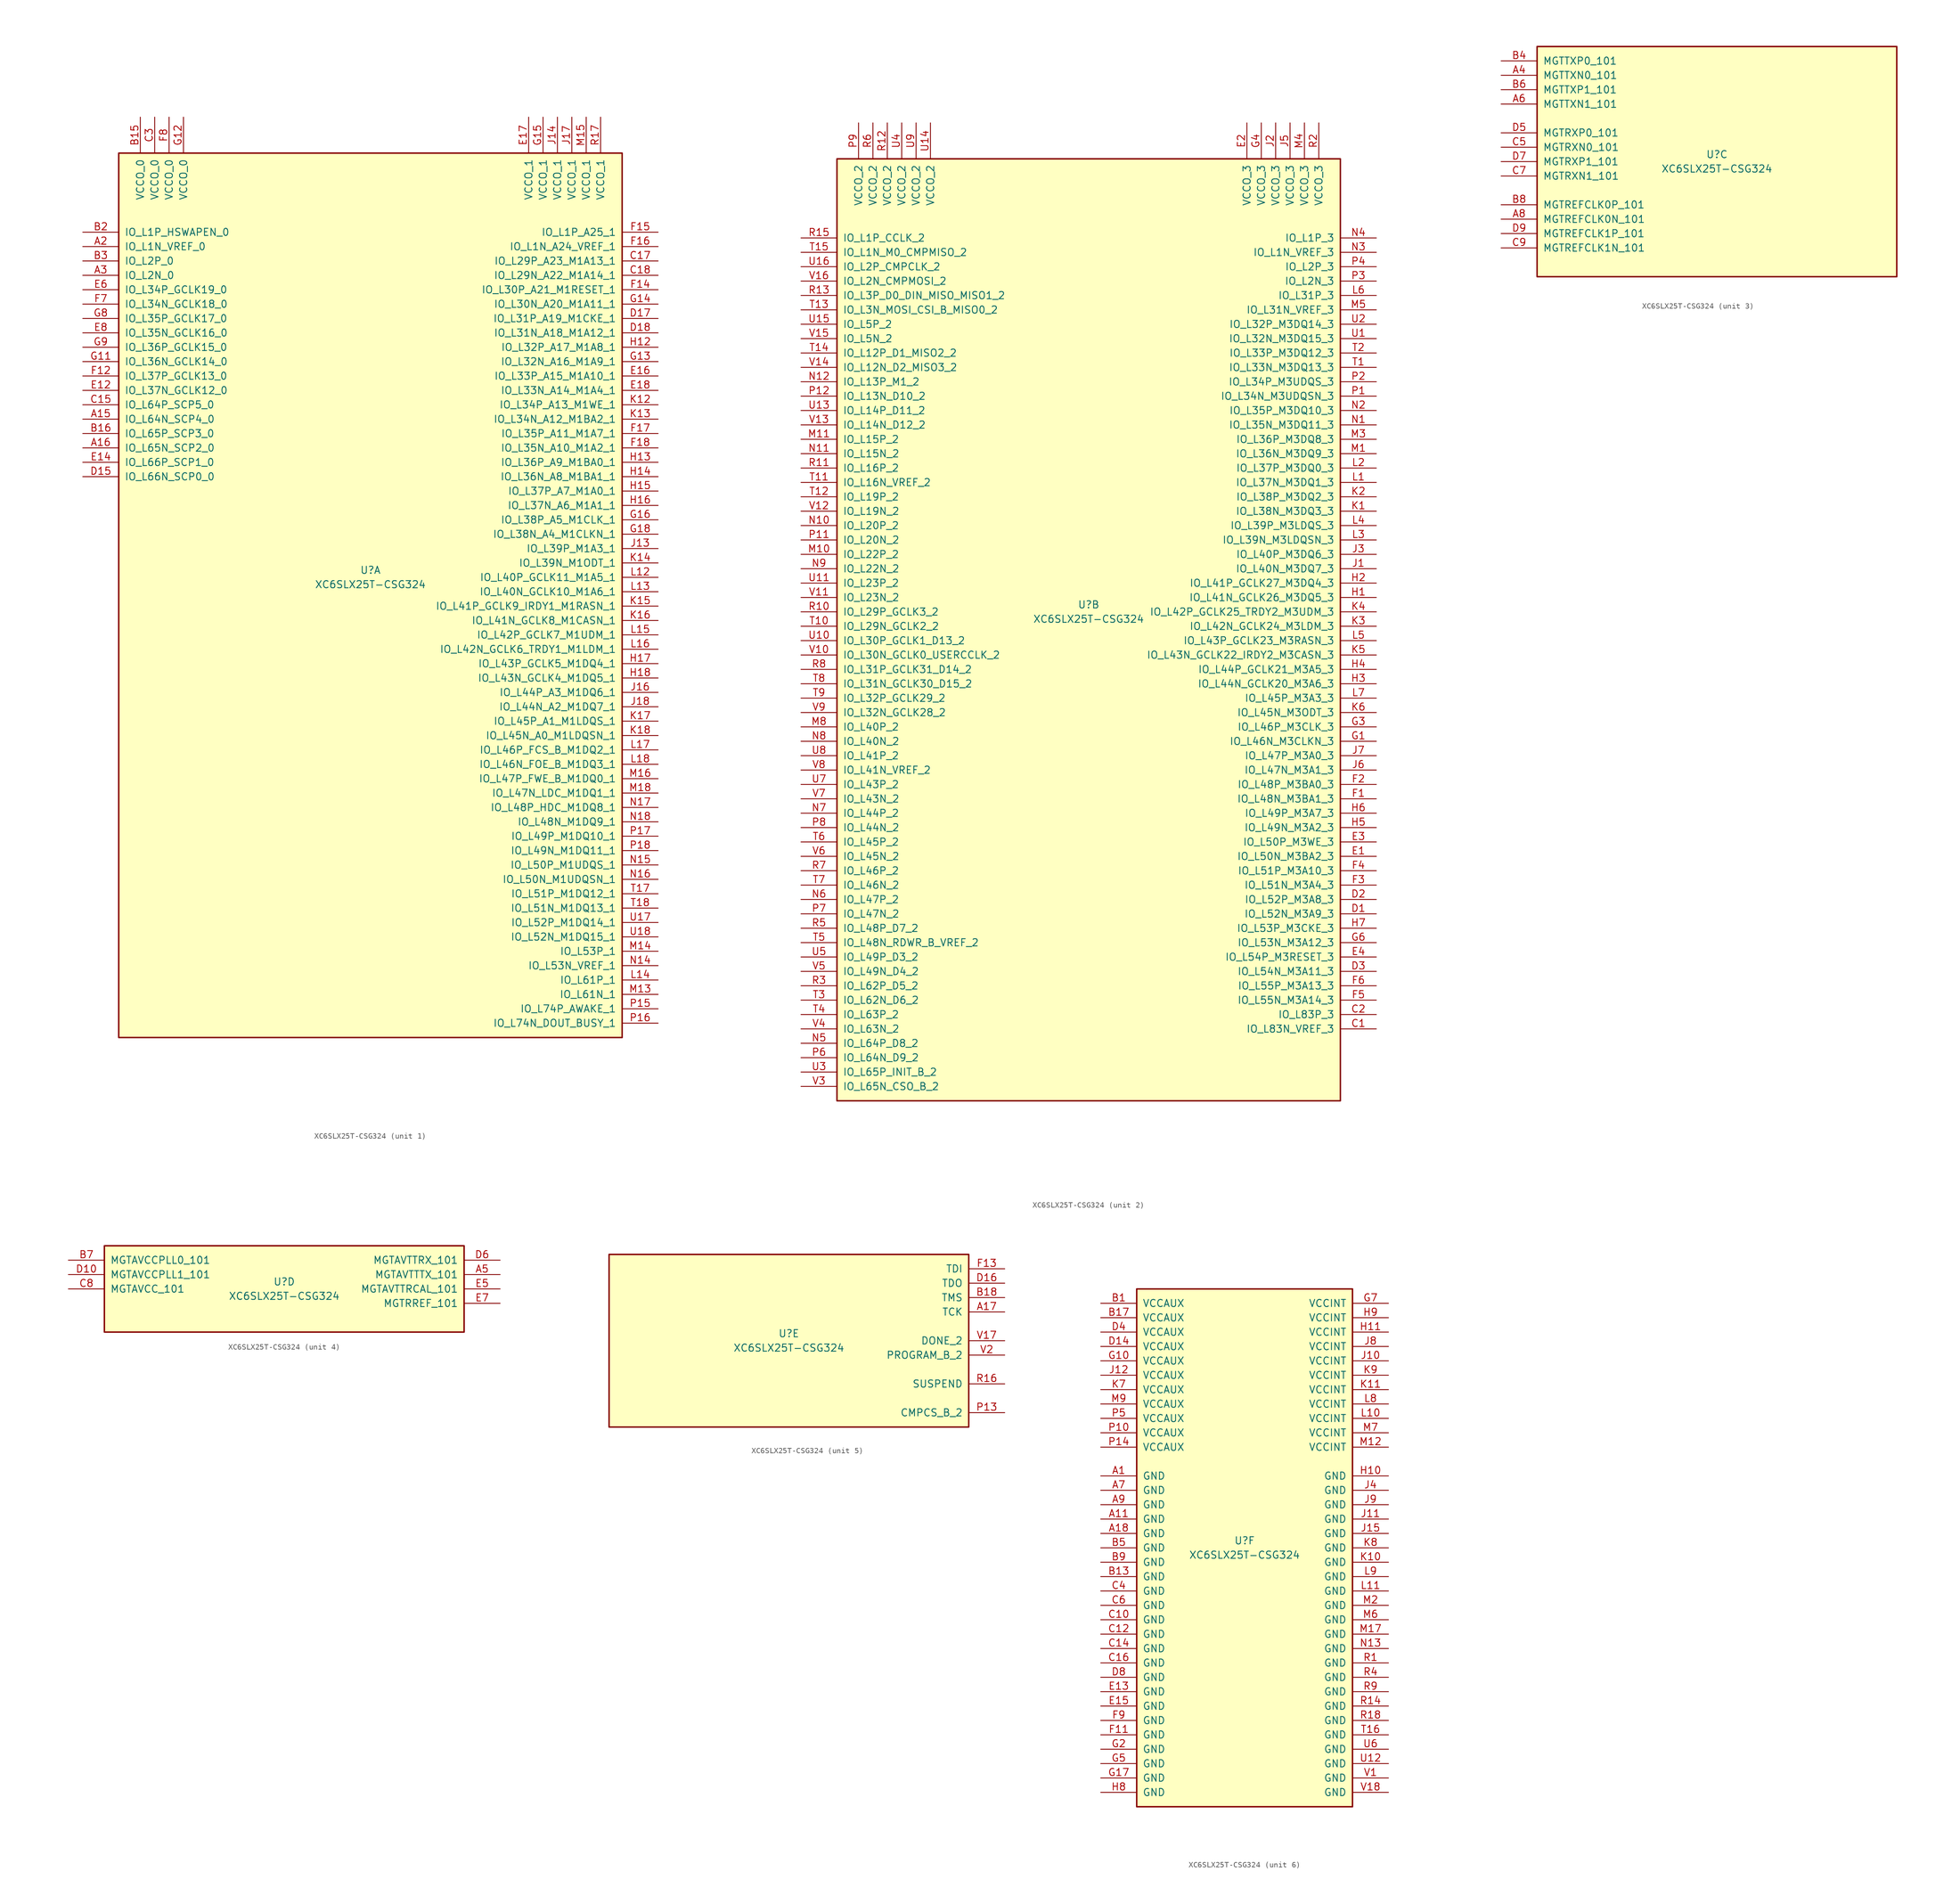
<source format=kicad_sym>
(kicad_symbol_lib
  (version 20201005)
  (generator kicad_symbol_editor)
  (symbol "FPGA_Xilinx_Spartan6:XC6SLX25T-CSG324"
    (pin_names
      (offset 1.016))
    (property "Reference" "U"
      (at 0 1.27 0)
      (effects (font (size 1.27 1.27))))
    (property "Value" "XC6SLX25T-CSG324"
      (at 0 -1.27 0)
      (effects (font (size 1.27 1.27))))
    (property "Datasheet" ""
      (at 0 0 0)
      (effects (font (size 1.27 1.27))))
    (property "ki_locked" ""
      (at 0 0 0)
      (effects (font (size 1.27 1.27))))
    (symbol "XC6SLX25T-CSG324_1_1"
      (rectangle (start -44.45 74.93) (end 44.45 -81.28) (stroke (width 0.254)) (fill (type background)))
      (pin power_in line (at -40.64 81.28 270) (length 6.35) (name "VCCO_0" (effects (font (size 1.27 1.27)))) (number "B15" (effects (font (size 1.27 1.27)))))
      (pin power_in line (at -38.1 81.28 270) (length 6.35) (name "VCCO_0" (effects (font (size 1.27 1.27)))) (number "C3" (effects (font (size 1.27 1.27)))))
      (pin power_in line (at -35.56 81.28 270) (length 6.35) (name "VCCO_0" (effects (font (size 1.27 1.27)))) (number "F8" (effects (font (size 1.27 1.27)))))
      (pin power_in line (at -33.02 81.28 270) (length 6.35) (name "VCCO_0" (effects (font (size 1.27 1.27)))) (number "G12" (effects (font (size 1.27 1.27)))))
      (pin bidirectional line (at -50.8 60.96 0) (length 6.35) (name "IO_L1P_HSWAPEN_0" (effects (font (size 1.27 1.27)))) (number "B2" (effects (font (size 1.27 1.27)))))
      (pin bidirectional line (at -50.8 58.42 0) (length 6.35) (name "IO_L1N_VREF_0" (effects (font (size 1.27 1.27)))) (number "A2" (effects (font (size 1.27 1.27)))))
      (pin bidirectional line (at -50.8 55.88 0) (length 6.35) (name "IO_L2P_0" (effects (font (size 1.27 1.27)))) (number "B3" (effects (font (size 1.27 1.27)))))
      (pin bidirectional line (at -50.8 53.34 0) (length 6.35) (name "IO_L2N_0" (effects (font (size 1.27 1.27)))) (number "A3" (effects (font (size 1.27 1.27)))))
      (pin bidirectional line (at -50.8 50.8 0) (length 6.35) (name "IO_L34P_GCLK19_0" (effects (font (size 1.27 1.27)))) (number "E6" (effects (font (size 1.27 1.27)))))
      (pin bidirectional line (at -50.8 48.26 0) (length 6.35) (name "IO_L34N_GCLK18_0" (effects (font (size 1.27 1.27)))) (number "F7" (effects (font (size 1.27 1.27)))))
      (pin bidirectional line (at -50.8 45.72 0) (length 6.35) (name "IO_L35P_GCLK17_0" (effects (font (size 1.27 1.27)))) (number "G8" (effects (font (size 1.27 1.27)))))
      (pin bidirectional line (at -50.8 43.18 0) (length 6.35) (name "IO_L35N_GCLK16_0" (effects (font (size 1.27 1.27)))) (number "E8" (effects (font (size 1.27 1.27)))))
      (pin bidirectional line (at -50.8 40.64 0) (length 6.35) (name "IO_L36P_GCLK15_0" (effects (font (size 1.27 1.27)))) (number "G9" (effects (font (size 1.27 1.27)))))
      (pin bidirectional line (at -50.8 38.1 0) (length 6.35) (name "IO_L36N_GCLK14_0" (effects (font (size 1.27 1.27)))) (number "G11" (effects (font (size 1.27 1.27)))))
      (pin bidirectional line (at -50.8 35.56 0) (length 6.35) (name "IO_L37P_GCLK13_0" (effects (font (size 1.27 1.27)))) (number "F12" (effects (font (size 1.27 1.27)))))
      (pin bidirectional line (at -50.8 33.02 0) (length 6.35) (name "IO_L37N_GCLK12_0" (effects (font (size 1.27 1.27)))) (number "E12" (effects (font (size 1.27 1.27)))))
      (pin bidirectional line (at -50.8 30.48 0) (length 6.35) (name "IO_L64P_SCP5_0" (effects (font (size 1.27 1.27)))) (number "C15" (effects (font (size 1.27 1.27)))))
      (pin bidirectional line (at -50.8 27.94 0) (length 6.35) (name "IO_L64N_SCP4_0" (effects (font (size 1.27 1.27)))) (number "A15" (effects (font (size 1.27 1.27)))))
      (pin bidirectional line (at -50.8 25.4 0) (length 6.35) (name "IO_L65P_SCP3_0" (effects (font (size 1.27 1.27)))) (number "B16" (effects (font (size 1.27 1.27)))))
      (pin bidirectional line (at -50.8 22.86 0) (length 6.35) (name "IO_L65N_SCP2_0" (effects (font (size 1.27 1.27)))) (number "A16" (effects (font (size 1.27 1.27)))))
      (pin bidirectional line (at -50.8 20.32 0) (length 6.35) (name "IO_L66P_SCP1_0" (effects (font (size 1.27 1.27)))) (number "E14" (effects (font (size 1.27 1.27)))))
      (pin bidirectional line (at -50.8 17.78 0) (length 6.35) (name "IO_L66N_SCP0_0" (effects (font (size 1.27 1.27)))) (number "D15" (effects (font (size 1.27 1.27)))))
      (pin power_in line (at 27.94 81.28 270) (length 6.35) (name "VCCO_1" (effects (font (size 1.27 1.27)))) (number "E17" (effects (font (size 1.27 1.27)))))
      (pin power_in line (at 30.48 81.28 270) (length 6.35) (name "VCCO_1" (effects (font (size 1.27 1.27)))) (number "G15" (effects (font (size 1.27 1.27)))))
      (pin power_in line (at 33.02 81.28 270) (length 6.35) (name "VCCO_1" (effects (font (size 1.27 1.27)))) (number "J14" (effects (font (size 1.27 1.27)))))
      (pin power_in line (at 35.56 81.28 270) (length 6.35) (name "VCCO_1" (effects (font (size 1.27 1.27)))) (number "J17" (effects (font (size 1.27 1.27)))))
      (pin power_in line (at 38.1 81.28 270) (length 6.35) (name "VCCO_1" (effects (font (size 1.27 1.27)))) (number "M15" (effects (font (size 1.27 1.27)))))
      (pin power_in line (at 40.64 81.28 270) (length 6.35) (name "VCCO_1" (effects (font (size 1.27 1.27)))) (number "R17" (effects (font (size 1.27 1.27)))))
      (pin bidirectional line (at 50.8 60.96 180) (length 6.35) (name "IO_L1P_A25_1" (effects (font (size 1.27 1.27)))) (number "F15" (effects (font (size 1.27 1.27)))))
      (pin bidirectional line (at 50.8 58.42 180) (length 6.35) (name "IO_L1N_A24_VREF_1" (effects (font (size 1.27 1.27)))) (number "F16" (effects (font (size 1.27 1.27)))))
      (pin bidirectional line (at 50.8 55.88 180) (length 6.35) (name "IO_L29P_A23_M1A13_1" (effects (font (size 1.27 1.27)))) (number "C17" (effects (font (size 1.27 1.27)))))
      (pin bidirectional line (at 50.8 53.34 180) (length 6.35) (name "IO_L29N_A22_M1A14_1" (effects (font (size 1.27 1.27)))) (number "C18" (effects (font (size 1.27 1.27)))))
      (pin bidirectional line (at 50.8 50.8 180) (length 6.35) (name "IO_L30P_A21_M1RESET_1" (effects (font (size 1.27 1.27)))) (number "F14" (effects (font (size 1.27 1.27)))))
      (pin bidirectional line (at 50.8 48.26 180) (length 6.35) (name "IO_L30N_A20_M1A11_1" (effects (font (size 1.27 1.27)))) (number "G14" (effects (font (size 1.27 1.27)))))
      (pin bidirectional line (at 50.8 45.72 180) (length 6.35) (name "IO_L31P_A19_M1CKE_1" (effects (font (size 1.27 1.27)))) (number "D17" (effects (font (size 1.27 1.27)))))
      (pin bidirectional line (at 50.8 43.18 180) (length 6.35) (name "IO_L31N_A18_M1A12_1" (effects (font (size 1.27 1.27)))) (number "D18" (effects (font (size 1.27 1.27)))))
      (pin bidirectional line (at 50.8 40.64 180) (length 6.35) (name "IO_L32P_A17_M1A8_1" (effects (font (size 1.27 1.27)))) (number "H12" (effects (font (size 1.27 1.27)))))
      (pin bidirectional line (at 50.8 38.1 180) (length 6.35) (name "IO_L32N_A16_M1A9_1" (effects (font (size 1.27 1.27)))) (number "G13" (effects (font (size 1.27 1.27)))))
      (pin bidirectional line (at 50.8 35.56 180) (length 6.35) (name "IO_L33P_A15_M1A10_1" (effects (font (size 1.27 1.27)))) (number "E16" (effects (font (size 1.27 1.27)))))
      (pin bidirectional line (at 50.8 33.02 180) (length 6.35) (name "IO_L33N_A14_M1A4_1" (effects (font (size 1.27 1.27)))) (number "E18" (effects (font (size 1.27 1.27)))))
      (pin bidirectional line (at 50.8 30.48 180) (length 6.35) (name "IO_L34P_A13_M1WE_1" (effects (font (size 1.27 1.27)))) (number "K12" (effects (font (size 1.27 1.27)))))
      (pin bidirectional line (at 50.8 27.94 180) (length 6.35) (name "IO_L34N_A12_M1BA2_1" (effects (font (size 1.27 1.27)))) (number "K13" (effects (font (size 1.27 1.27)))))
      (pin bidirectional line (at 50.8 25.4 180) (length 6.35) (name "IO_L35P_A11_M1A7_1" (effects (font (size 1.27 1.27)))) (number "F17" (effects (font (size 1.27 1.27)))))
      (pin bidirectional line (at 50.8 22.86 180) (length 6.35) (name "IO_L35N_A10_M1A2_1" (effects (font (size 1.27 1.27)))) (number "F18" (effects (font (size 1.27 1.27)))))
      (pin bidirectional line (at 50.8 20.32 180) (length 6.35) (name "IO_L36P_A9_M1BA0_1" (effects (font (size 1.27 1.27)))) (number "H13" (effects (font (size 1.27 1.27)))))
      (pin bidirectional line (at 50.8 17.78 180) (length 6.35) (name "IO_L36N_A8_M1BA1_1" (effects (font (size 1.27 1.27)))) (number "H14" (effects (font (size 1.27 1.27)))))
      (pin bidirectional line (at 50.8 15.24 180) (length 6.35) (name "IO_L37P_A7_M1A0_1" (effects (font (size 1.27 1.27)))) (number "H15" (effects (font (size 1.27 1.27)))))
      (pin bidirectional line (at 50.8 12.7 180) (length 6.35) (name "IO_L37N_A6_M1A1_1" (effects (font (size 1.27 1.27)))) (number "H16" (effects (font (size 1.27 1.27)))))
      (pin bidirectional line (at 50.8 10.16 180) (length 6.35) (name "IO_L38P_A5_M1CLK_1" (effects (font (size 1.27 1.27)))) (number "G16" (effects (font (size 1.27 1.27)))))
      (pin bidirectional line (at 50.8 7.62 180) (length 6.35) (name "IO_L38N_A4_M1CLKN_1" (effects (font (size 1.27 1.27)))) (number "G18" (effects (font (size 1.27 1.27)))))
      (pin bidirectional line (at 50.8 5.08 180) (length 6.35) (name "IO_L39P_M1A3_1" (effects (font (size 1.27 1.27)))) (number "J13" (effects (font (size 1.27 1.27)))))
      (pin bidirectional line (at 50.8 2.54 180) (length 6.35) (name "IO_L39N_M1ODT_1" (effects (font (size 1.27 1.27)))) (number "K14" (effects (font (size 1.27 1.27)))))
      (pin bidirectional line (at 50.8 0 180) (length 6.35) (name "IO_L40P_GCLK11_M1A5_1" (effects (font (size 1.27 1.27)))) (number "L12" (effects (font (size 1.27 1.27)))))
      (pin bidirectional line (at 50.8 -2.54 180) (length 6.35) (name "IO_L40N_GCLK10_M1A6_1" (effects (font (size 1.27 1.27)))) (number "L13" (effects (font (size 1.27 1.27)))))
      (pin bidirectional line (at 50.8 -5.08 180) (length 6.35) (name "IO_L41P_GCLK9_IRDY1_M1RASN_1" (effects (font (size 1.27 1.27)))) (number "K15" (effects (font (size 1.27 1.27)))))
      (pin bidirectional line (at 50.8 -7.62 180) (length 6.35) (name "IO_L41N_GCLK8_M1CASN_1" (effects (font (size 1.27 1.27)))) (number "K16" (effects (font (size 1.27 1.27)))))
      (pin bidirectional line (at 50.8 -10.16 180) (length 6.35) (name "IO_L42P_GCLK7_M1UDM_1" (effects (font (size 1.27 1.27)))) (number "L15" (effects (font (size 1.27 1.27)))))
      (pin bidirectional line (at 50.8 -12.7 180) (length 6.35) (name "IO_L42N_GCLK6_TRDY1_M1LDM_1" (effects (font (size 1.27 1.27)))) (number "L16" (effects (font (size 1.27 1.27)))))
      (pin bidirectional line (at 50.8 -15.24 180) (length 6.35) (name "IO_L43P_GCLK5_M1DQ4_1" (effects (font (size 1.27 1.27)))) (number "H17" (effects (font (size 1.27 1.27)))))
      (pin bidirectional line (at 50.8 -17.78 180) (length 6.35) (name "IO_L43N_GCLK4_M1DQ5_1" (effects (font (size 1.27 1.27)))) (number "H18" (effects (font (size 1.27 1.27)))))
      (pin bidirectional line (at 50.8 -20.32 180) (length 6.35) (name "IO_L44P_A3_M1DQ6_1" (effects (font (size 1.27 1.27)))) (number "J16" (effects (font (size 1.27 1.27)))))
      (pin bidirectional line (at 50.8 -22.86 180) (length 6.35) (name "IO_L44N_A2_M1DQ7_1" (effects (font (size 1.27 1.27)))) (number "J18" (effects (font (size 1.27 1.27)))))
      (pin bidirectional line (at 50.8 -25.4 180) (length 6.35) (name "IO_L45P_A1_M1LDQS_1" (effects (font (size 1.27 1.27)))) (number "K17" (effects (font (size 1.27 1.27)))))
      (pin bidirectional line (at 50.8 -27.94 180) (length 6.35) (name "IO_L45N_A0_M1LDQSN_1" (effects (font (size 1.27 1.27)))) (number "K18" (effects (font (size 1.27 1.27)))))
      (pin bidirectional line (at 50.8 -30.48 180) (length 6.35) (name "IO_L46P_FCS_B_M1DQ2_1" (effects (font (size 1.27 1.27)))) (number "L17" (effects (font (size 1.27 1.27)))))
      (pin bidirectional line (at 50.8 -33.02 180) (length 6.35) (name "IO_L46N_FOE_B_M1DQ3_1" (effects (font (size 1.27 1.27)))) (number "L18" (effects (font (size 1.27 1.27)))))
      (pin bidirectional line (at 50.8 -35.56 180) (length 6.35) (name "IO_L47P_FWE_B_M1DQ0_1" (effects (font (size 1.27 1.27)))) (number "M16" (effects (font (size 1.27 1.27)))))
      (pin bidirectional line (at 50.8 -38.1 180) (length 6.35) (name "IO_L47N_LDC_M1DQ1_1" (effects (font (size 1.27 1.27)))) (number "M18" (effects (font (size 1.27 1.27)))))
      (pin bidirectional line (at 50.8 -40.64 180) (length 6.35) (name "IO_L48P_HDC_M1DQ8_1" (effects (font (size 1.27 1.27)))) (number "N17" (effects (font (size 1.27 1.27)))))
      (pin bidirectional line (at 50.8 -43.18 180) (length 6.35) (name "IO_L48N_M1DQ9_1" (effects (font (size 1.27 1.27)))) (number "N18" (effects (font (size 1.27 1.27)))))
      (pin bidirectional line (at 50.8 -45.72 180) (length 6.35) (name "IO_L49P_M1DQ10_1" (effects (font (size 1.27 1.27)))) (number "P17" (effects (font (size 1.27 1.27)))))
      (pin bidirectional line (at 50.8 -48.26 180) (length 6.35) (name "IO_L49N_M1DQ11_1" (effects (font (size 1.27 1.27)))) (number "P18" (effects (font (size 1.27 1.27)))))
      (pin bidirectional line (at 50.8 -50.8 180) (length 6.35) (name "IO_L50P_M1UDQS_1" (effects (font (size 1.27 1.27)))) (number "N15" (effects (font (size 1.27 1.27)))))
      (pin bidirectional line (at 50.8 -53.34 180) (length 6.35) (name "IO_L50N_M1UDQSN_1" (effects (font (size 1.27 1.27)))) (number "N16" (effects (font (size 1.27 1.27)))))
      (pin bidirectional line (at 50.8 -55.88 180) (length 6.35) (name "IO_L51P_M1DQ12_1" (effects (font (size 1.27 1.27)))) (number "T17" (effects (font (size 1.27 1.27)))))
      (pin bidirectional line (at 50.8 -58.42 180) (length 6.35) (name "IO_L51N_M1DQ13_1" (effects (font (size 1.27 1.27)))) (number "T18" (effects (font (size 1.27 1.27)))))
      (pin bidirectional line (at 50.8 -60.96 180) (length 6.35) (name "IO_L52P_M1DQ14_1" (effects (font (size 1.27 1.27)))) (number "U17" (effects (font (size 1.27 1.27)))))
      (pin bidirectional line (at 50.8 -63.5 180) (length 6.35) (name "IO_L52N_M1DQ15_1" (effects (font (size 1.27 1.27)))) (number "U18" (effects (font (size 1.27 1.27)))))
      (pin bidirectional line (at 50.8 -66.04 180) (length 6.35) (name "IO_L53P_1" (effects (font (size 1.27 1.27)))) (number "M14" (effects (font (size 1.27 1.27)))))
      (pin bidirectional line (at 50.8 -68.58 180) (length 6.35) (name "IO_L53N_VREF_1" (effects (font (size 1.27 1.27)))) (number "N14" (effects (font (size 1.27 1.27)))))
      (pin bidirectional line (at 50.8 -71.12 180) (length 6.35) (name "IO_L61P_1" (effects (font (size 1.27 1.27)))) (number "L14" (effects (font (size 1.27 1.27)))))
      (pin bidirectional line (at 50.8 -73.66 180) (length 6.35) (name "IO_L61N_1" (effects (font (size 1.27 1.27)))) (number "M13" (effects (font (size 1.27 1.27)))))
      (pin bidirectional line (at 50.8 -76.2 180) (length 6.35) (name "IO_L74P_AWAKE_1" (effects (font (size 1.27 1.27)))) (number "P15" (effects (font (size 1.27 1.27)))))
      (pin bidirectional line (at 50.8 -78.74 180) (length 6.35) (name "IO_L74N_DOUT_BUSY_1" (effects (font (size 1.27 1.27)))) (number "P16" (effects (font (size 1.27 1.27))))))
    (symbol "XC6SLX25T-CSG324_2_1"
      (rectangle (start -44.45 80.01) (end 44.45 -86.36) (stroke (width 0.254)) (fill (type background)))
      (pin power_in line (at -40.64 86.36 270) (length 6.35) (name "VCCO_2" (effects (font (size 1.27 1.27)))) (number "P9" (effects (font (size 1.27 1.27)))))
      (pin power_in line (at -38.1 86.36 270) (length 6.35) (name "VCCO_2" (effects (font (size 1.27 1.27)))) (number "R6" (effects (font (size 1.27 1.27)))))
      (pin power_in line (at -35.56 86.36 270) (length 6.35) (name "VCCO_2" (effects (font (size 1.27 1.27)))) (number "R12" (effects (font (size 1.27 1.27)))))
      (pin power_in line (at -33.02 86.36 270) (length 6.35) (name "VCCO_2" (effects (font (size 1.27 1.27)))) (number "U4" (effects (font (size 1.27 1.27)))))
      (pin power_in line (at -30.48 86.36 270) (length 6.35) (name "VCCO_2" (effects (font (size 1.27 1.27)))) (number "U9" (effects (font (size 1.27 1.27)))))
      (pin power_in line (at -27.94 86.36 270) (length 6.35) (name "VCCO_2" (effects (font (size 1.27 1.27)))) (number "U14" (effects (font (size 1.27 1.27)))))
      (pin bidirectional line (at -50.8 66.04 0) (length 6.35) (name "IO_L1P_CCLK_2" (effects (font (size 1.27 1.27)))) (number "R15" (effects (font (size 1.27 1.27)))))
      (pin bidirectional line (at -50.8 63.5 0) (length 6.35) (name "IO_L1N_M0_CMPMISO_2" (effects (font (size 1.27 1.27)))) (number "T15" (effects (font (size 1.27 1.27)))))
      (pin bidirectional line (at -50.8 60.96 0) (length 6.35) (name "IO_L2P_CMPCLK_2" (effects (font (size 1.27 1.27)))) (number "U16" (effects (font (size 1.27 1.27)))))
      (pin bidirectional line (at -50.8 58.42 0) (length 6.35) (name "IO_L2N_CMPMOSI_2" (effects (font (size 1.27 1.27)))) (number "V16" (effects (font (size 1.27 1.27)))))
      (pin bidirectional line (at -50.8 55.88 0) (length 6.35) (name "IO_L3P_D0_DIN_MISO_MISO1_2" (effects (font (size 1.27 1.27)))) (number "R13" (effects (font (size 1.27 1.27)))))
      (pin bidirectional line (at -50.8 53.34 0) (length 6.35) (name "IO_L3N_MOSI_CSI_B_MISO0_2" (effects (font (size 1.27 1.27)))) (number "T13" (effects (font (size 1.27 1.27)))))
      (pin bidirectional line (at -50.8 50.8 0) (length 6.35) (name "IO_L5P_2" (effects (font (size 1.27 1.27)))) (number "U15" (effects (font (size 1.27 1.27)))))
      (pin bidirectional line (at -50.8 48.26 0) (length 6.35) (name "IO_L5N_2" (effects (font (size 1.27 1.27)))) (number "V15" (effects (font (size 1.27 1.27)))))
      (pin bidirectional line (at -50.8 45.72 0) (length 6.35) (name "IO_L12P_D1_MISO2_2" (effects (font (size 1.27 1.27)))) (number "T14" (effects (font (size 1.27 1.27)))))
      (pin bidirectional line (at -50.8 43.18 0) (length 6.35) (name "IO_L12N_D2_MISO3_2" (effects (font (size 1.27 1.27)))) (number "V14" (effects (font (size 1.27 1.27)))))
      (pin bidirectional line (at -50.8 40.64 0) (length 6.35) (name "IO_L13P_M1_2" (effects (font (size 1.27 1.27)))) (number "N12" (effects (font (size 1.27 1.27)))))
      (pin bidirectional line (at -50.8 38.1 0) (length 6.35) (name "IO_L13N_D10_2" (effects (font (size 1.27 1.27)))) (number "P12" (effects (font (size 1.27 1.27)))))
      (pin bidirectional line (at -50.8 35.56 0) (length 6.35) (name "IO_L14P_D11_2" (effects (font (size 1.27 1.27)))) (number "U13" (effects (font (size 1.27 1.27)))))
      (pin bidirectional line (at -50.8 33.02 0) (length 6.35) (name "IO_L14N_D12_2" (effects (font (size 1.27 1.27)))) (number "V13" (effects (font (size 1.27 1.27)))))
      (pin bidirectional line (at -50.8 30.48 0) (length 6.35) (name "IO_L15P_2" (effects (font (size 1.27 1.27)))) (number "M11" (effects (font (size 1.27 1.27)))))
      (pin bidirectional line (at -50.8 27.94 0) (length 6.35) (name "IO_L15N_2" (effects (font (size 1.27 1.27)))) (number "N11" (effects (font (size 1.27 1.27)))))
      (pin bidirectional line (at -50.8 25.4 0) (length 6.35) (name "IO_L16P_2" (effects (font (size 1.27 1.27)))) (number "R11" (effects (font (size 1.27 1.27)))))
      (pin bidirectional line (at -50.8 22.86 0) (length 6.35) (name "IO_L16N_VREF_2" (effects (font (size 1.27 1.27)))) (number "T11" (effects (font (size 1.27 1.27)))))
      (pin bidirectional line (at -50.8 20.32 0) (length 6.35) (name "IO_L19P_2" (effects (font (size 1.27 1.27)))) (number "T12" (effects (font (size 1.27 1.27)))))
      (pin bidirectional line (at -50.8 17.78 0) (length 6.35) (name "IO_L19N_2" (effects (font (size 1.27 1.27)))) (number "V12" (effects (font (size 1.27 1.27)))))
      (pin bidirectional line (at -50.8 15.24 0) (length 6.35) (name "IO_L20P_2" (effects (font (size 1.27 1.27)))) (number "N10" (effects (font (size 1.27 1.27)))))
      (pin bidirectional line (at -50.8 12.7 0) (length 6.35) (name "IO_L20N_2" (effects (font (size 1.27 1.27)))) (number "P11" (effects (font (size 1.27 1.27)))))
      (pin bidirectional line (at -50.8 10.16 0) (length 6.35) (name "IO_L22P_2" (effects (font (size 1.27 1.27)))) (number "M10" (effects (font (size 1.27 1.27)))))
      (pin bidirectional line (at -50.8 7.62 0) (length 6.35) (name "IO_L22N_2" (effects (font (size 1.27 1.27)))) (number "N9" (effects (font (size 1.27 1.27)))))
      (pin bidirectional line (at -50.8 5.08 0) (length 6.35) (name "IO_L23P_2" (effects (font (size 1.27 1.27)))) (number "U11" (effects (font (size 1.27 1.27)))))
      (pin bidirectional line (at -50.8 2.54 0) (length 6.35) (name "IO_L23N_2" (effects (font (size 1.27 1.27)))) (number "V11" (effects (font (size 1.27 1.27)))))
      (pin bidirectional line (at -50.8 0 0) (length 6.35) (name "IO_L29P_GCLK3_2" (effects (font (size 1.27 1.27)))) (number "R10" (effects (font (size 1.27 1.27)))))
      (pin bidirectional line (at -50.8 -2.54 0) (length 6.35) (name "IO_L29N_GCLK2_2" (effects (font (size 1.27 1.27)))) (number "T10" (effects (font (size 1.27 1.27)))))
      (pin bidirectional line (at -50.8 -5.08 0) (length 6.35) (name "IO_L30P_GCLK1_D13_2" (effects (font (size 1.27 1.27)))) (number "U10" (effects (font (size 1.27 1.27)))))
      (pin bidirectional line (at -50.8 -7.62 0) (length 6.35) (name "IO_L30N_GCLK0_USERCCLK_2" (effects (font (size 1.27 1.27)))) (number "V10" (effects (font (size 1.27 1.27)))))
      (pin bidirectional line (at -50.8 -10.16 0) (length 6.35) (name "IO_L31P_GCLK31_D14_2" (effects (font (size 1.27 1.27)))) (number "R8" (effects (font (size 1.27 1.27)))))
      (pin bidirectional line (at -50.8 -12.7 0) (length 6.35) (name "IO_L31N_GCLK30_D15_2" (effects (font (size 1.27 1.27)))) (number "T8" (effects (font (size 1.27 1.27)))))
      (pin bidirectional line (at -50.8 -15.24 0) (length 6.35) (name "IO_L32P_GCLK29_2" (effects (font (size 1.27 1.27)))) (number "T9" (effects (font (size 1.27 1.27)))))
      (pin bidirectional line (at -50.8 -17.78 0) (length 6.35) (name "IO_L32N_GCLK28_2" (effects (font (size 1.27 1.27)))) (number "V9" (effects (font (size 1.27 1.27)))))
      (pin bidirectional line (at -50.8 -20.32 0) (length 6.35) (name "IO_L40P_2" (effects (font (size 1.27 1.27)))) (number "M8" (effects (font (size 1.27 1.27)))))
      (pin bidirectional line (at -50.8 -22.86 0) (length 6.35) (name "IO_L40N_2" (effects (font (size 1.27 1.27)))) (number "N8" (effects (font (size 1.27 1.27)))))
      (pin bidirectional line (at -50.8 -25.4 0) (length 6.35) (name "IO_L41P_2" (effects (font (size 1.27 1.27)))) (number "U8" (effects (font (size 1.27 1.27)))))
      (pin bidirectional line (at -50.8 -27.94 0) (length 6.35) (name "IO_L41N_VREF_2" (effects (font (size 1.27 1.27)))) (number "V8" (effects (font (size 1.27 1.27)))))
      (pin bidirectional line (at -50.8 -30.48 0) (length 6.35) (name "IO_L43P_2" (effects (font (size 1.27 1.27)))) (number "U7" (effects (font (size 1.27 1.27)))))
      (pin bidirectional line (at -50.8 -33.02 0) (length 6.35) (name "IO_L43N_2" (effects (font (size 1.27 1.27)))) (number "V7" (effects (font (size 1.27 1.27)))))
      (pin bidirectional line (at -50.8 -35.56 0) (length 6.35) (name "IO_L44P_2" (effects (font (size 1.27 1.27)))) (number "N7" (effects (font (size 1.27 1.27)))))
      (pin bidirectional line (at -50.8 -38.1 0) (length 6.35) (name "IO_L44N_2" (effects (font (size 1.27 1.27)))) (number "P8" (effects (font (size 1.27 1.27)))))
      (pin bidirectional line (at -50.8 -40.64 0) (length 6.35) (name "IO_L45P_2" (effects (font (size 1.27 1.27)))) (number "T6" (effects (font (size 1.27 1.27)))))
      (pin bidirectional line (at -50.8 -43.18 0) (length 6.35) (name "IO_L45N_2" (effects (font (size 1.27 1.27)))) (number "V6" (effects (font (size 1.27 1.27)))))
      (pin bidirectional line (at -50.8 -45.72 0) (length 6.35) (name "IO_L46P_2" (effects (font (size 1.27 1.27)))) (number "R7" (effects (font (size 1.27 1.27)))))
      (pin bidirectional line (at -50.8 -48.26 0) (length 6.35) (name "IO_L46N_2" (effects (font (size 1.27 1.27)))) (number "T7" (effects (font (size 1.27 1.27)))))
      (pin bidirectional line (at -50.8 -50.8 0) (length 6.35) (name "IO_L47P_2" (effects (font (size 1.27 1.27)))) (number "N6" (effects (font (size 1.27 1.27)))))
      (pin bidirectional line (at -50.8 -53.34 0) (length 6.35) (name "IO_L47N_2" (effects (font (size 1.27 1.27)))) (number "P7" (effects (font (size 1.27 1.27)))))
      (pin bidirectional line (at -50.8 -55.88 0) (length 6.35) (name "IO_L48P_D7_2" (effects (font (size 1.27 1.27)))) (number "R5" (effects (font (size 1.27 1.27)))))
      (pin bidirectional line (at -50.8 -58.42 0) (length 6.35) (name "IO_L48N_RDWR_B_VREF_2" (effects (font (size 1.27 1.27)))) (number "T5" (effects (font (size 1.27 1.27)))))
      (pin bidirectional line (at -50.8 -60.96 0) (length 6.35) (name "IO_L49P_D3_2" (effects (font (size 1.27 1.27)))) (number "U5" (effects (font (size 1.27 1.27)))))
      (pin bidirectional line (at -50.8 -63.5 0) (length 6.35) (name "IO_L49N_D4_2" (effects (font (size 1.27 1.27)))) (number "V5" (effects (font (size 1.27 1.27)))))
      (pin bidirectional line (at -50.8 -66.04 0) (length 6.35) (name "IO_L62P_D5_2" (effects (font (size 1.27 1.27)))) (number "R3" (effects (font (size 1.27 1.27)))))
      (pin bidirectional line (at -50.8 -68.58 0) (length 6.35) (name "IO_L62N_D6_2" (effects (font (size 1.27 1.27)))) (number "T3" (effects (font (size 1.27 1.27)))))
      (pin bidirectional line (at -50.8 -71.12 0) (length 6.35) (name "IO_L63P_2" (effects (font (size 1.27 1.27)))) (number "T4" (effects (font (size 1.27 1.27)))))
      (pin bidirectional line (at -50.8 -73.66 0) (length 6.35) (name "IO_L63N_2" (effects (font (size 1.27 1.27)))) (number "V4" (effects (font (size 1.27 1.27)))))
      (pin bidirectional line (at -50.8 -76.2 0) (length 6.35) (name "IO_L64P_D8_2" (effects (font (size 1.27 1.27)))) (number "N5" (effects (font (size 1.27 1.27)))))
      (pin bidirectional line (at -50.8 -78.74 0) (length 6.35) (name "IO_L64N_D9_2" (effects (font (size 1.27 1.27)))) (number "P6" (effects (font (size 1.27 1.27)))))
      (pin bidirectional line (at -50.8 -81.28 0) (length 6.35) (name "IO_L65P_INIT_B_2" (effects (font (size 1.27 1.27)))) (number "U3" (effects (font (size 1.27 1.27)))))
      (pin bidirectional line (at -50.8 -83.82 0) (length 6.35) (name "IO_L65N_CSO_B_2" (effects (font (size 1.27 1.27)))) (number "V3" (effects (font (size 1.27 1.27)))))
      (pin power_in line (at 27.94 86.36 270) (length 6.35) (name "VCCO_3" (effects (font (size 1.27 1.27)))) (number "E2" (effects (font (size 1.27 1.27)))))
      (pin power_in line (at 30.48 86.36 270) (length 6.35) (name "VCCO_3" (effects (font (size 1.27 1.27)))) (number "G4" (effects (font (size 1.27 1.27)))))
      (pin power_in line (at 33.02 86.36 270) (length 6.35) (name "VCCO_3" (effects (font (size 1.27 1.27)))) (number "J2" (effects (font (size 1.27 1.27)))))
      (pin power_in line (at 35.56 86.36 270) (length 6.35) (name "VCCO_3" (effects (font (size 1.27 1.27)))) (number "J5" (effects (font (size 1.27 1.27)))))
      (pin power_in line (at 38.1 86.36 270) (length 6.35) (name "VCCO_3" (effects (font (size 1.27 1.27)))) (number "M4" (effects (font (size 1.27 1.27)))))
      (pin power_in line (at 40.64 86.36 270) (length 6.35) (name "VCCO_3" (effects (font (size 1.27 1.27)))) (number "R2" (effects (font (size 1.27 1.27)))))
      (pin bidirectional line (at 50.8 66.04 180) (length 6.35) (name "IO_L1P_3" (effects (font (size 1.27 1.27)))) (number "N4" (effects (font (size 1.27 1.27)))))
      (pin bidirectional line (at 50.8 63.5 180) (length 6.35) (name "IO_L1N_VREF_3" (effects (font (size 1.27 1.27)))) (number "N3" (effects (font (size 1.27 1.27)))))
      (pin bidirectional line (at 50.8 60.96 180) (length 6.35) (name "IO_L2P_3" (effects (font (size 1.27 1.27)))) (number "P4" (effects (font (size 1.27 1.27)))))
      (pin bidirectional line (at 50.8 58.42 180) (length 6.35) (name "IO_L2N_3" (effects (font (size 1.27 1.27)))) (number "P3" (effects (font (size 1.27 1.27)))))
      (pin bidirectional line (at 50.8 55.88 180) (length 6.35) (name "IO_L31P_3" (effects (font (size 1.27 1.27)))) (number "L6" (effects (font (size 1.27 1.27)))))
      (pin bidirectional line (at 50.8 53.34 180) (length 6.35) (name "IO_L31N_VREF_3" (effects (font (size 1.27 1.27)))) (number "M5" (effects (font (size 1.27 1.27)))))
      (pin bidirectional line (at 50.8 50.8 180) (length 6.35) (name "IO_L32P_M3DQ14_3" (effects (font (size 1.27 1.27)))) (number "U2" (effects (font (size 1.27 1.27)))))
      (pin bidirectional line (at 50.8 48.26 180) (length 6.35) (name "IO_L32N_M3DQ15_3" (effects (font (size 1.27 1.27)))) (number "U1" (effects (font (size 1.27 1.27)))))
      (pin bidirectional line (at 50.8 45.72 180) (length 6.35) (name "IO_L33P_M3DQ12_3" (effects (font (size 1.27 1.27)))) (number "T2" (effects (font (size 1.27 1.27)))))
      (pin bidirectional line (at 50.8 43.18 180) (length 6.35) (name "IO_L33N_M3DQ13_3" (effects (font (size 1.27 1.27)))) (number "T1" (effects (font (size 1.27 1.27)))))
      (pin bidirectional line (at 50.8 40.64 180) (length 6.35) (name "IO_L34P_M3UDQS_3" (effects (font (size 1.27 1.27)))) (number "P2" (effects (font (size 1.27 1.27)))))
      (pin bidirectional line (at 50.8 38.1 180) (length 6.35) (name "IO_L34N_M3UDQSN_3" (effects (font (size 1.27 1.27)))) (number "P1" (effects (font (size 1.27 1.27)))))
      (pin bidirectional line (at 50.8 35.56 180) (length 6.35) (name "IO_L35P_M3DQ10_3" (effects (font (size 1.27 1.27)))) (number "N2" (effects (font (size 1.27 1.27)))))
      (pin bidirectional line (at 50.8 33.02 180) (length 6.35) (name "IO_L35N_M3DQ11_3" (effects (font (size 1.27 1.27)))) (number "N1" (effects (font (size 1.27 1.27)))))
      (pin bidirectional line (at 50.8 30.48 180) (length 6.35) (name "IO_L36P_M3DQ8_3" (effects (font (size 1.27 1.27)))) (number "M3" (effects (font (size 1.27 1.27)))))
      (pin bidirectional line (at 50.8 27.94 180) (length 6.35) (name "IO_L36N_M3DQ9_3" (effects (font (size 1.27 1.27)))) (number "M1" (effects (font (size 1.27 1.27)))))
      (pin bidirectional line (at 50.8 25.4 180) (length 6.35) (name "IO_L37P_M3DQ0_3" (effects (font (size 1.27 1.27)))) (number "L2" (effects (font (size 1.27 1.27)))))
      (pin bidirectional line (at 50.8 22.86 180) (length 6.35) (name "IO_L37N_M3DQ1_3" (effects (font (size 1.27 1.27)))) (number "L1" (effects (font (size 1.27 1.27)))))
      (pin bidirectional line (at 50.8 20.32 180) (length 6.35) (name "IO_L38P_M3DQ2_3" (effects (font (size 1.27 1.27)))) (number "K2" (effects (font (size 1.27 1.27)))))
      (pin bidirectional line (at 50.8 17.78 180) (length 6.35) (name "IO_L38N_M3DQ3_3" (effects (font (size 1.27 1.27)))) (number "K1" (effects (font (size 1.27 1.27)))))
      (pin bidirectional line (at 50.8 15.24 180) (length 6.35) (name "IO_L39P_M3LDQS_3" (effects (font (size 1.27 1.27)))) (number "L4" (effects (font (size 1.27 1.27)))))
      (pin bidirectional line (at 50.8 12.7 180) (length 6.35) (name "IO_L39N_M3LDQSN_3" (effects (font (size 1.27 1.27)))) (number "L3" (effects (font (size 1.27 1.27)))))
      (pin bidirectional line (at 50.8 10.16 180) (length 6.35) (name "IO_L40P_M3DQ6_3" (effects (font (size 1.27 1.27)))) (number "J3" (effects (font (size 1.27 1.27)))))
      (pin bidirectional line (at 50.8 7.62 180) (length 6.35) (name "IO_L40N_M3DQ7_3" (effects (font (size 1.27 1.27)))) (number "J1" (effects (font (size 1.27 1.27)))))
      (pin bidirectional line (at 50.8 5.08 180) (length 6.35) (name "IO_L41P_GCLK27_M3DQ4_3" (effects (font (size 1.27 1.27)))) (number "H2" (effects (font (size 1.27 1.27)))))
      (pin bidirectional line (at 50.8 2.54 180) (length 6.35) (name "IO_L41N_GCLK26_M3DQ5_3" (effects (font (size 1.27 1.27)))) (number "H1" (effects (font (size 1.27 1.27)))))
      (pin bidirectional line (at 50.8 0 180) (length 6.35) (name "IO_L42P_GCLK25_TRDY2_M3UDM_3" (effects (font (size 1.27 1.27)))) (number "K4" (effects (font (size 1.27 1.27)))))
      (pin bidirectional line (at 50.8 -2.54 180) (length 6.35) (name "IO_L42N_GCLK24_M3LDM_3" (effects (font (size 1.27 1.27)))) (number "K3" (effects (font (size 1.27 1.27)))))
      (pin bidirectional line (at 50.8 -5.08 180) (length 6.35) (name "IO_L43P_GCLK23_M3RASN_3" (effects (font (size 1.27 1.27)))) (number "L5" (effects (font (size 1.27 1.27)))))
      (pin bidirectional line (at 50.8 -7.62 180) (length 6.35) (name "IO_L43N_GCLK22_IRDY2_M3CASN_3" (effects (font (size 1.27 1.27)))) (number "K5" (effects (font (size 1.27 1.27)))))
      (pin bidirectional line (at 50.8 -10.16 180) (length 6.35) (name "IO_L44P_GCLK21_M3A5_3" (effects (font (size 1.27 1.27)))) (number "H4" (effects (font (size 1.27 1.27)))))
      (pin bidirectional line (at 50.8 -12.7 180) (length 6.35) (name "IO_L44N_GCLK20_M3A6_3" (effects (font (size 1.27 1.27)))) (number "H3" (effects (font (size 1.27 1.27)))))
      (pin bidirectional line (at 50.8 -15.24 180) (length 6.35) (name "IO_L45P_M3A3_3" (effects (font (size 1.27 1.27)))) (number "L7" (effects (font (size 1.27 1.27)))))
      (pin bidirectional line (at 50.8 -17.78 180) (length 6.35) (name "IO_L45N_M3ODT_3" (effects (font (size 1.27 1.27)))) (number "K6" (effects (font (size 1.27 1.27)))))
      (pin bidirectional line (at 50.8 -20.32 180) (length 6.35) (name "IO_L46P_M3CLK_3" (effects (font (size 1.27 1.27)))) (number "G3" (effects (font (size 1.27 1.27)))))
      (pin bidirectional line (at 50.8 -22.86 180) (length 6.35) (name "IO_L46N_M3CLKN_3" (effects (font (size 1.27 1.27)))) (number "G1" (effects (font (size 1.27 1.27)))))
      (pin bidirectional line (at 50.8 -25.4 180) (length 6.35) (name "IO_L47P_M3A0_3" (effects (font (size 1.27 1.27)))) (number "J7" (effects (font (size 1.27 1.27)))))
      (pin bidirectional line (at 50.8 -27.94 180) (length 6.35) (name "IO_L47N_M3A1_3" (effects (font (size 1.27 1.27)))) (number "J6" (effects (font (size 1.27 1.27)))))
      (pin bidirectional line (at 50.8 -30.48 180) (length 6.35) (name "IO_L48P_M3BA0_3" (effects (font (size 1.27 1.27)))) (number "F2" (effects (font (size 1.27 1.27)))))
      (pin bidirectional line (at 50.8 -33.02 180) (length 6.35) (name "IO_L48N_M3BA1_3" (effects (font (size 1.27 1.27)))) (number "F1" (effects (font (size 1.27 1.27)))))
      (pin bidirectional line (at 50.8 -35.56 180) (length 6.35) (name "IO_L49P_M3A7_3" (effects (font (size 1.27 1.27)))) (number "H6" (effects (font (size 1.27 1.27)))))
      (pin bidirectional line (at 50.8 -38.1 180) (length 6.35) (name "IO_L49N_M3A2_3" (effects (font (size 1.27 1.27)))) (number "H5" (effects (font (size 1.27 1.27)))))
      (pin bidirectional line (at 50.8 -40.64 180) (length 6.35) (name "IO_L50P_M3WE_3" (effects (font (size 1.27 1.27)))) (number "E3" (effects (font (size 1.27 1.27)))))
      (pin bidirectional line (at 50.8 -43.18 180) (length 6.35) (name "IO_L50N_M3BA2_3" (effects (font (size 1.27 1.27)))) (number "E1" (effects (font (size 1.27 1.27)))))
      (pin bidirectional line (at 50.8 -45.72 180) (length 6.35) (name "IO_L51P_M3A10_3" (effects (font (size 1.27 1.27)))) (number "F4" (effects (font (size 1.27 1.27)))))
      (pin bidirectional line (at 50.8 -48.26 180) (length 6.35) (name "IO_L51N_M3A4_3" (effects (font (size 1.27 1.27)))) (number "F3" (effects (font (size 1.27 1.27)))))
      (pin bidirectional line (at 50.8 -50.8 180) (length 6.35) (name "IO_L52P_M3A8_3" (effects (font (size 1.27 1.27)))) (number "D2" (effects (font (size 1.27 1.27)))))
      (pin bidirectional line (at 50.8 -53.34 180) (length 6.35) (name "IO_L52N_M3A9_3" (effects (font (size 1.27 1.27)))) (number "D1" (effects (font (size 1.27 1.27)))))
      (pin bidirectional line (at 50.8 -55.88 180) (length 6.35) (name "IO_L53P_M3CKE_3" (effects (font (size 1.27 1.27)))) (number "H7" (effects (font (size 1.27 1.27)))))
      (pin bidirectional line (at 50.8 -58.42 180) (length 6.35) (name "IO_L53N_M3A12_3" (effects (font (size 1.27 1.27)))) (number "G6" (effects (font (size 1.27 1.27)))))
      (pin bidirectional line (at 50.8 -60.96 180) (length 6.35) (name "IO_L54P_M3RESET_3" (effects (font (size 1.27 1.27)))) (number "E4" (effects (font (size 1.27 1.27)))))
      (pin bidirectional line (at 50.8 -63.5 180) (length 6.35) (name "IO_L54N_M3A11_3" (effects (font (size 1.27 1.27)))) (number "D3" (effects (font (size 1.27 1.27)))))
      (pin bidirectional line (at 50.8 -66.04 180) (length 6.35) (name "IO_L55P_M3A13_3" (effects (font (size 1.27 1.27)))) (number "F6" (effects (font (size 1.27 1.27)))))
      (pin bidirectional line (at 50.8 -68.58 180) (length 6.35) (name "IO_L55N_M3A14_3" (effects (font (size 1.27 1.27)))) (number "F5" (effects (font (size 1.27 1.27)))))
      (pin bidirectional line (at 50.8 -71.12 180) (length 6.35) (name "IO_L83P_3" (effects (font (size 1.27 1.27)))) (number "C2" (effects (font (size 1.27 1.27)))))
      (pin bidirectional line (at 50.8 -73.66 180) (length 6.35) (name "IO_L83N_VREF_3" (effects (font (size 1.27 1.27)))) (number "C1" (effects (font (size 1.27 1.27))))))
    (symbol "XC6SLX25T-CSG324_3_1"
      (rectangle (start -31.75 20.32) (end 31.75 -20.32) (stroke (width 0.254)) (fill (type background)))
      (pin bidirectional line (at -38.1 17.78 0) (length 6.35) (name "MGTTXP0_101" (effects (font (size 1.27 1.27)))) (number "B4" (effects (font (size 1.27 1.27)))))
      (pin bidirectional line (at -38.1 15.24 0) (length 6.35) (name "MGTTXN0_101" (effects (font (size 1.27 1.27)))) (number "A4" (effects (font (size 1.27 1.27)))))
      (pin bidirectional line (at -38.1 12.7 0) (length 6.35) (name "MGTTXP1_101" (effects (font (size 1.27 1.27)))) (number "B6" (effects (font (size 1.27 1.27)))))
      (pin bidirectional line (at -38.1 10.16 0) (length 6.35) (name "MGTTXN1_101" (effects (font (size 1.27 1.27)))) (number "A6" (effects (font (size 1.27 1.27)))))
      (pin bidirectional line (at -38.1 5.08 0) (length 6.35) (name "MGTRXP0_101" (effects (font (size 1.27 1.27)))) (number "D5" (effects (font (size 1.27 1.27)))))
      (pin bidirectional line (at -38.1 2.54 0) (length 6.35) (name "MGTRXN0_101" (effects (font (size 1.27 1.27)))) (number "C5" (effects (font (size 1.27 1.27)))))
      (pin bidirectional line (at -38.1 0 0) (length 6.35) (name "MGTRXP1_101" (effects (font (size 1.27 1.27)))) (number "D7" (effects (font (size 1.27 1.27)))))
      (pin bidirectional line (at -38.1 -2.54 0) (length 6.35) (name "MGTRXN1_101" (effects (font (size 1.27 1.27)))) (number "C7" (effects (font (size 1.27 1.27)))))
      (pin bidirectional line (at -38.1 -7.62 0) (length 6.35) (name "MGTREFCLK0P_101" (effects (font (size 1.27 1.27)))) (number "B8" (effects (font (size 1.27 1.27)))))
      (pin bidirectional line (at -38.1 -10.16 0) (length 6.35) (name "MGTREFCLK0N_101" (effects (font (size 1.27 1.27)))) (number "A8" (effects (font (size 1.27 1.27)))))
      (pin bidirectional line (at -38.1 -12.7 0) (length 6.35) (name "MGTREFCLK1P_101" (effects (font (size 1.27 1.27)))) (number "D9" (effects (font (size 1.27 1.27)))))
      (pin bidirectional line (at -38.1 -15.24 0) (length 6.35) (name "MGTREFCLK1N_101" (effects (font (size 1.27 1.27)))) (number "C9" (effects (font (size 1.27 1.27))))))
    (symbol "XC6SLX25T-CSG324_4_1"
      (rectangle (start -31.75 7.62) (end 31.75 -7.62) (stroke (width 0.254)) (fill (type background)))
      (pin power_in line (at -38.1 5.08 0) (length 6.35) (name "MGTAVCCPLL0_101" (effects (font (size 1.27 1.27)))) (number "B7" (effects (font (size 1.27 1.27)))))
      (pin power_in line (at -38.1 2.54 0) (length 6.35) (name "MGTAVCCPLL1_101" (effects (font (size 1.27 1.27)))) (number "D10" (effects (font (size 1.27 1.27)))))
      (pin power_in line (at -38.1 0 0) (length 6.35) (name "MGTAVCC_101" (effects (font (size 1.27 1.27)))) (number "C8" (effects (font (size 1.27 1.27)))))
      (pin power_in line (at 38.1 5.08 180) (length 6.35) (name "MGTAVTTRX_101" (effects (font (size 1.27 1.27)))) (number "D6" (effects (font (size 1.27 1.27)))))
      (pin power_in line (at 38.1 2.54 180) (length 6.35) (name "MGTAVTTTX_101" (effects (font (size 1.27 1.27)))) (number "A5" (effects (font (size 1.27 1.27)))))
      (pin power_in line (at 38.1 0 180) (length 6.35) (name "MGTAVTTRCAL_101" (effects (font (size 1.27 1.27)))) (number "E5" (effects (font (size 1.27 1.27)))))
      (pin power_in line (at 38.1 -2.54 180) (length 6.35) (name "MGTRREF_101" (effects (font (size 1.27 1.27)))) (number "E7" (effects (font (size 1.27 1.27))))))
    (symbol "XC6SLX25T-CSG324_5_1"
      (rectangle (start -31.75 15.24) (end 31.75 -15.24) (stroke (width 0.254)) (fill (type background)))
      (pin bidirectional line (at 38.1 12.7 180) (length 6.35) (name "TDI" (effects (font (size 1.27 1.27)))) (number "F13" (effects (font (size 1.27 1.27)))))
      (pin bidirectional line (at 38.1 10.16 180) (length 6.35) (name "TDO" (effects (font (size 1.27 1.27)))) (number "D16" (effects (font (size 1.27 1.27)))))
      (pin bidirectional line (at 38.1 7.62 180) (length 6.35) (name "TMS" (effects (font (size 1.27 1.27)))) (number "B18" (effects (font (size 1.27 1.27)))))
      (pin bidirectional line (at 38.1 5.08 180) (length 6.35) (name "TCK" (effects (font (size 1.27 1.27)))) (number "A17" (effects (font (size 1.27 1.27)))))
      (pin bidirectional line (at 38.1 0 180) (length 6.35) (name "DONE_2" (effects (font (size 1.27 1.27)))) (number "V17" (effects (font (size 1.27 1.27)))))
      (pin bidirectional line (at 38.1 -2.54 180) (length 6.35) (name "PROGRAM_B_2" (effects (font (size 1.27 1.27)))) (number "V2" (effects (font (size 1.27 1.27)))))
      (pin bidirectional line (at 38.1 -7.62 180) (length 6.35) (name "SUSPEND" (effects (font (size 1.27 1.27)))) (number "R16" (effects (font (size 1.27 1.27)))))
      (pin bidirectional line (at 38.1 -12.7 180) (length 6.35) (name "CMPCS_B_2" (effects (font (size 1.27 1.27)))) (number "P13" (effects (font (size 1.27 1.27))))))
    (symbol "XC6SLX25T-CSG324_6_1"
      (rectangle (start -19.05 45.72) (end 19.05 -45.72) (stroke (width 0.254)) (fill (type background)))
      (pin power_in line (at -25.4 43.18 0) (length 6.35) (name "VCCAUX" (effects (font (size 1.27 1.27)))) (number "B1" (effects (font (size 1.27 1.27)))))
      (pin power_in line (at -25.4 40.64 0) (length 6.35) (name "VCCAUX" (effects (font (size 1.27 1.27)))) (number "B17" (effects (font (size 1.27 1.27)))))
      (pin power_in line (at -25.4 38.1 0) (length 6.35) (name "VCCAUX" (effects (font (size 1.27 1.27)))) (number "D4" (effects (font (size 1.27 1.27)))))
      (pin power_in line (at -25.4 35.56 0) (length 6.35) (name "VCCAUX" (effects (font (size 1.27 1.27)))) (number "D14" (effects (font (size 1.27 1.27)))))
      (pin power_in line (at -25.4 33.02 0) (length 6.35) (name "VCCAUX" (effects (font (size 1.27 1.27)))) (number "G10" (effects (font (size 1.27 1.27)))))
      (pin power_in line (at -25.4 30.48 0) (length 6.35) (name "VCCAUX" (effects (font (size 1.27 1.27)))) (number "J12" (effects (font (size 1.27 1.27)))))
      (pin power_in line (at -25.4 27.94 0) (length 6.35) (name "VCCAUX" (effects (font (size 1.27 1.27)))) (number "K7" (effects (font (size 1.27 1.27)))))
      (pin power_in line (at -25.4 25.4 0) (length 6.35) (name "VCCAUX" (effects (font (size 1.27 1.27)))) (number "M9" (effects (font (size 1.27 1.27)))))
      (pin power_in line (at -25.4 22.86 0) (length 6.35) (name "VCCAUX" (effects (font (size 1.27 1.27)))) (number "P5" (effects (font (size 1.27 1.27)))))
      (pin power_in line (at -25.4 20.32 0) (length 6.35) (name "VCCAUX" (effects (font (size 1.27 1.27)))) (number "P10" (effects (font (size 1.27 1.27)))))
      (pin power_in line (at -25.4 17.78 0) (length 6.35) (name "VCCAUX" (effects (font (size 1.27 1.27)))) (number "P14" (effects (font (size 1.27 1.27)))))
      (pin power_in line (at -25.4 12.7 0) (length 6.35) (name "GND" (effects (font (size 1.27 1.27)))) (number "A1" (effects (font (size 1.27 1.27)))))
      (pin power_in line (at -25.4 10.16 0) (length 6.35) (name "GND" (effects (font (size 1.27 1.27)))) (number "A7" (effects (font (size 1.27 1.27)))))
      (pin power_in line (at -25.4 7.62 0) (length 6.35) (name "GND" (effects (font (size 1.27 1.27)))) (number "A9" (effects (font (size 1.27 1.27)))))
      (pin power_in line (at -25.4 5.08 0) (length 6.35) (name "GND" (effects (font (size 1.27 1.27)))) (number "A11" (effects (font (size 1.27 1.27)))))
      (pin power_in line (at -25.4 2.54 0) (length 6.35) (name "GND" (effects (font (size 1.27 1.27)))) (number "A18" (effects (font (size 1.27 1.27)))))
      (pin power_in line (at -25.4 0 0) (length 6.35) (name "GND" (effects (font (size 1.27 1.27)))) (number "B5" (effects (font (size 1.27 1.27)))))
      (pin power_in line (at -25.4 -2.54 0) (length 6.35) (name "GND" (effects (font (size 1.27 1.27)))) (number "B9" (effects (font (size 1.27 1.27)))))
      (pin power_in line (at -25.4 -5.08 0) (length 6.35) (name "GND" (effects (font (size 1.27 1.27)))) (number "B13" (effects (font (size 1.27 1.27)))))
      (pin power_in line (at -25.4 -7.62 0) (length 6.35) (name "GND" (effects (font (size 1.27 1.27)))) (number "C4" (effects (font (size 1.27 1.27)))))
      (pin power_in line (at -25.4 -10.16 0) (length 6.35) (name "GND" (effects (font (size 1.27 1.27)))) (number "C6" (effects (font (size 1.27 1.27)))))
      (pin power_in line (at -25.4 -12.7 0) (length 6.35) (name "GND" (effects (font (size 1.27 1.27)))) (number "C10" (effects (font (size 1.27 1.27)))))
      (pin power_in line (at -25.4 -15.24 0) (length 6.35) (name "GND" (effects (font (size 1.27 1.27)))) (number "C12" (effects (font (size 1.27 1.27)))))
      (pin power_in line (at -25.4 -17.78 0) (length 6.35) (name "GND" (effects (font (size 1.27 1.27)))) (number "C14" (effects (font (size 1.27 1.27)))))
      (pin power_in line (at -25.4 -20.32 0) (length 6.35) (name "GND" (effects (font (size 1.27 1.27)))) (number "C16" (effects (font (size 1.27 1.27)))))
      (pin power_in line (at -25.4 -22.86 0) (length 6.35) (name "GND" (effects (font (size 1.27 1.27)))) (number "D8" (effects (font (size 1.27 1.27)))))
      (pin power_in line (at -25.4 -25.4 0) (length 6.35) (name "GND" (effects (font (size 1.27 1.27)))) (number "E13" (effects (font (size 1.27 1.27)))))
      (pin power_in line (at -25.4 -27.94 0) (length 6.35) (name "GND" (effects (font (size 1.27 1.27)))) (number "E15" (effects (font (size 1.27 1.27)))))
      (pin power_in line (at -25.4 -30.48 0) (length 6.35) (name "GND" (effects (font (size 1.27 1.27)))) (number "F9" (effects (font (size 1.27 1.27)))))
      (pin power_in line (at -25.4 -33.02 0) (length 6.35) (name "GND" (effects (font (size 1.27 1.27)))) (number "F11" (effects (font (size 1.27 1.27)))))
      (pin power_in line (at -25.4 -35.56 0) (length 6.35) (name "GND" (effects (font (size 1.27 1.27)))) (number "G2" (effects (font (size 1.27 1.27)))))
      (pin power_in line (at -25.4 -38.1 0) (length 6.35) (name "GND" (effects (font (size 1.27 1.27)))) (number "G5" (effects (font (size 1.27 1.27)))))
      (pin power_in line (at -25.4 -40.64 0) (length 6.35) (name "GND" (effects (font (size 1.27 1.27)))) (number "G17" (effects (font (size 1.27 1.27)))))
      (pin power_in line (at -25.4 -43.18 0) (length 6.35) (name "GND" (effects (font (size 1.27 1.27)))) (number "H8" (effects (font (size 1.27 1.27)))))
      (pin power_in line (at 25.4 43.18 180) (length 6.35) (name "VCCINT" (effects (font (size 1.27 1.27)))) (number "G7" (effects (font (size 1.27 1.27)))))
      (pin power_in line (at 25.4 40.64 180) (length 6.35) (name "VCCINT" (effects (font (size 1.27 1.27)))) (number "H9" (effects (font (size 1.27 1.27)))))
      (pin power_in line (at 25.4 38.1 180) (length 6.35) (name "VCCINT" (effects (font (size 1.27 1.27)))) (number "H11" (effects (font (size 1.27 1.27)))))
      (pin power_in line (at 25.4 35.56 180) (length 6.35) (name "VCCINT" (effects (font (size 1.27 1.27)))) (number "J8" (effects (font (size 1.27 1.27)))))
      (pin power_in line (at 25.4 33.02 180) (length 6.35) (name "VCCINT" (effects (font (size 1.27 1.27)))) (number "J10" (effects (font (size 1.27 1.27)))))
      (pin power_in line (at 25.4 30.48 180) (length 6.35) (name "VCCINT" (effects (font (size 1.27 1.27)))) (number "K9" (effects (font (size 1.27 1.27)))))
      (pin power_in line (at 25.4 27.94 180) (length 6.35) (name "VCCINT" (effects (font (size 1.27 1.27)))) (number "K11" (effects (font (size 1.27 1.27)))))
      (pin power_in line (at 25.4 25.4 180) (length 6.35) (name "VCCINT" (effects (font (size 1.27 1.27)))) (number "L8" (effects (font (size 1.27 1.27)))))
      (pin power_in line (at 25.4 22.86 180) (length 6.35) (name "VCCINT" (effects (font (size 1.27 1.27)))) (number "L10" (effects (font (size 1.27 1.27)))))
      (pin power_in line (at 25.4 20.32 180) (length 6.35) (name "VCCINT" (effects (font (size 1.27 1.27)))) (number "M7" (effects (font (size 1.27 1.27)))))
      (pin power_in line (at 25.4 17.78 180) (length 6.35) (name "VCCINT" (effects (font (size 1.27 1.27)))) (number "M12" (effects (font (size 1.27 1.27)))))
      (pin power_in line (at 25.4 12.7 180) (length 6.35) (name "GND" (effects (font (size 1.27 1.27)))) (number "H10" (effects (font (size 1.27 1.27)))))
      (pin power_in line (at 25.4 10.16 180) (length 6.35) (name "GND" (effects (font (size 1.27 1.27)))) (number "J4" (effects (font (size 1.27 1.27)))))
      (pin power_in line (at 25.4 7.62 180) (length 6.35) (name "GND" (effects (font (size 1.27 1.27)))) (number "J9" (effects (font (size 1.27 1.27)))))
      (pin power_in line (at 25.4 5.08 180) (length 6.35) (name "GND" (effects (font (size 1.27 1.27)))) (number "J11" (effects (font (size 1.27 1.27)))))
      (pin power_in line (at 25.4 2.54 180) (length 6.35) (name "GND" (effects (font (size 1.27 1.27)))) (number "J15" (effects (font (size 1.27 1.27)))))
      (pin power_in line (at 25.4 0 180) (length 6.35) (name "GND" (effects (font (size 1.27 1.27)))) (number "K8" (effects (font (size 1.27 1.27)))))
      (pin power_in line (at 25.4 -2.54 180) (length 6.35) (name "GND" (effects (font (size 1.27 1.27)))) (number "K10" (effects (font (size 1.27 1.27)))))
      (pin power_in line (at 25.4 -5.08 180) (length 6.35) (name "GND" (effects (font (size 1.27 1.27)))) (number "L9" (effects (font (size 1.27 1.27)))))
      (pin power_in line (at 25.4 -7.62 180) (length 6.35) (name "GND" (effects (font (size 1.27 1.27)))) (number "L11" (effects (font (size 1.27 1.27)))))
      (pin power_in line (at 25.4 -10.16 180) (length 6.35) (name "GND" (effects (font (size 1.27 1.27)))) (number "M2" (effects (font (size 1.27 1.27)))))
      (pin power_in line (at 25.4 -12.7 180) (length 6.35) (name "GND" (effects (font (size 1.27 1.27)))) (number "M6" (effects (font (size 1.27 1.27)))))
      (pin power_in line (at 25.4 -15.24 180) (length 6.35) (name "GND" (effects (font (size 1.27 1.27)))) (number "M17" (effects (font (size 1.27 1.27)))))
      (pin power_in line (at 25.4 -17.78 180) (length 6.35) (name "GND" (effects (font (size 1.27 1.27)))) (number "N13" (effects (font (size 1.27 1.27)))))
      (pin power_in line (at 25.4 -20.32 180) (length 6.35) (name "GND" (effects (font (size 1.27 1.27)))) (number "R1" (effects (font (size 1.27 1.27)))))
      (pin power_in line (at 25.4 -22.86 180) (length 6.35) (name "GND" (effects (font (size 1.27 1.27)))) (number "R4" (effects (font (size 1.27 1.27)))))
      (pin power_in line (at 25.4 -25.4 180) (length 6.35) (name "GND" (effects (font (size 1.27 1.27)))) (number "R9" (effects (font (size 1.27 1.27)))))
      (pin power_in line (at 25.4 -27.94 180) (length 6.35) (name "GND" (effects (font (size 1.27 1.27)))) (number "R14" (effects (font (size 1.27 1.27)))))
      (pin power_in line (at 25.4 -30.48 180) (length 6.35) (name "GND" (effects (font (size 1.27 1.27)))) (number "R18" (effects (font (size 1.27 1.27)))))
      (pin power_in line (at 25.4 -33.02 180) (length 6.35) (name "GND" (effects (font (size 1.27 1.27)))) (number "T16" (effects (font (size 1.27 1.27)))))
      (pin power_in line (at 25.4 -35.56 180) (length 6.35) (name "GND" (effects (font (size 1.27 1.27)))) (number "U6" (effects (font (size 1.27 1.27)))))
      (pin power_in line (at 25.4 -38.1 180) (length 6.35) (name "GND" (effects (font (size 1.27 1.27)))) (number "U12" (effects (font (size 1.27 1.27)))))
      (pin power_in line (at 25.4 -40.64 180) (length 6.35) (name "GND" (effects (font (size 1.27 1.27)))) (number "V1" (effects (font (size 1.27 1.27)))))
      (pin power_in line (at 25.4 -43.18 180) (length 6.35) (name "GND" (effects (font (size 1.27 1.27)))) (number "V18" (effects (font (size 1.27 1.27))))))))
</source>
